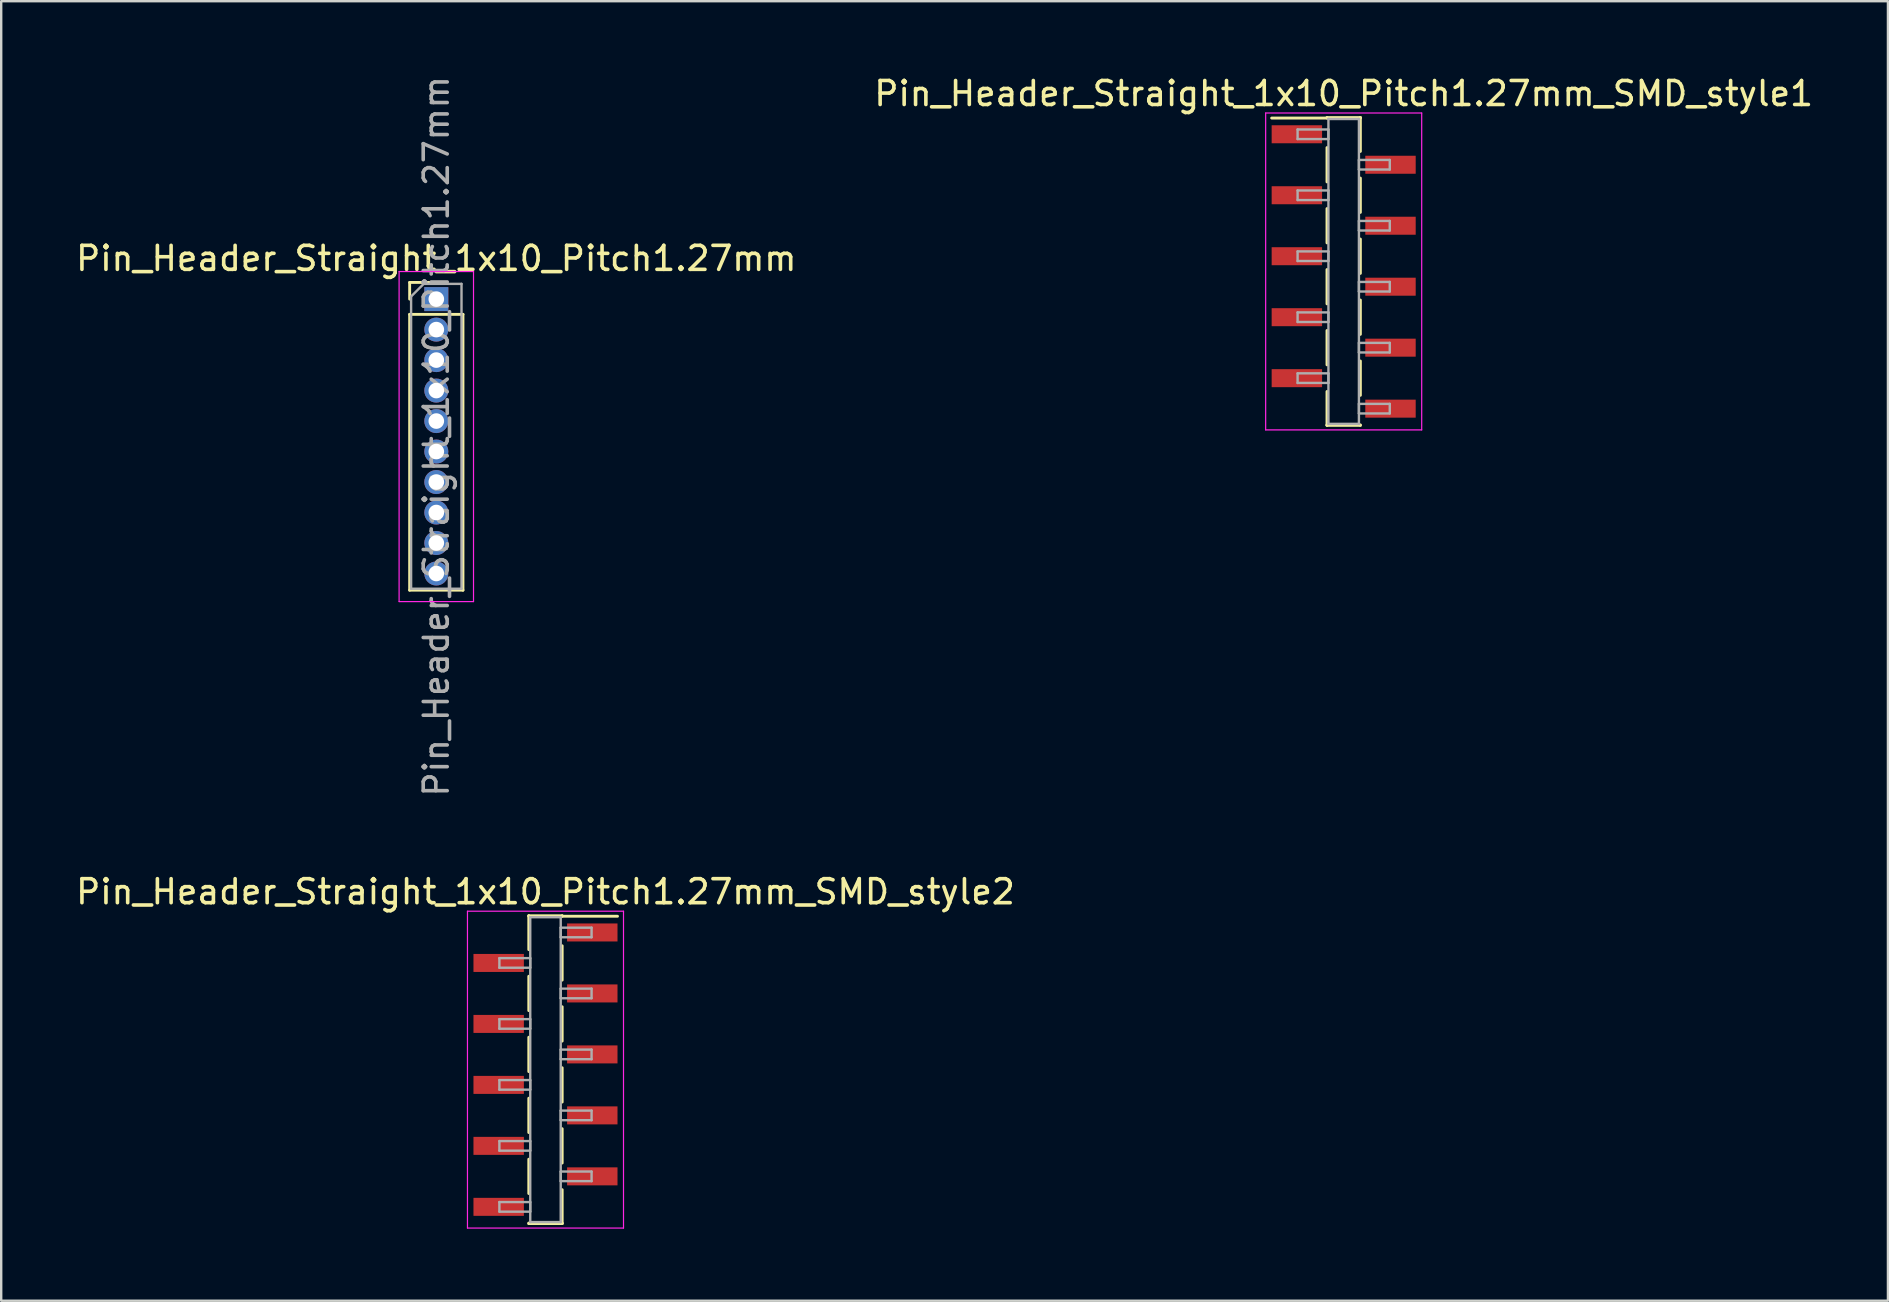
<source format=kicad_pcb>
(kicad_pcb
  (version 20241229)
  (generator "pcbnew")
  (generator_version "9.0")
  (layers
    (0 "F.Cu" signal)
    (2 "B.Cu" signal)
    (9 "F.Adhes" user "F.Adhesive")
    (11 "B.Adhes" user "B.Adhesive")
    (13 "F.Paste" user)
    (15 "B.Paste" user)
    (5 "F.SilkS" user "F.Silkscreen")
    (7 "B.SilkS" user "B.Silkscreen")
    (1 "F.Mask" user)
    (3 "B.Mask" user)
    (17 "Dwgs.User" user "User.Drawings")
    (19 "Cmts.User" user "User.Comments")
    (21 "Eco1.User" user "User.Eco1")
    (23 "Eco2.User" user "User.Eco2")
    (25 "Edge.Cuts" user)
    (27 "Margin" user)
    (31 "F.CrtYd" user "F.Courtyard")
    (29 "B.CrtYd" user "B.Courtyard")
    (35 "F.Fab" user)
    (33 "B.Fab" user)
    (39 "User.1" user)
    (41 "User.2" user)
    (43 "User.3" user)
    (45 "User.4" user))
  (footprint "Pin_Header_Straight_1x10_Pitch1.27mm"
    (layer "F.Cu")
    (at 15.125 9.41)
    (property "Reference" "Pin_Header_Straight_1x10_Pitch1.27mm" (at 0 -1.695 0) (layer "F.SilkS") (effects (font (size 1 1) (thickness 0.15))))
    (attr through_hole)
    (fp_line (start -1.11 -0.695) (end 0 -0.695) (stroke (width 0.12) (type solid)) (layer "F.SilkS"))
    (fp_line (start -1.11 0) (end -1.11 -0.695) (stroke (width 0.12) (type solid)) (layer "F.SilkS"))
    (fp_line (start -1.11 0.635) (end -1.11 12.125) (stroke (width 0.12) (type solid)) (layer "F.SilkS"))
    (fp_line (start -1.11 12.125) (end 1.11 12.125) (stroke (width 0.12) (type solid)) (layer "F.SilkS"))
    (fp_line (start 1.11 0.635) (end -1.11 0.635) (stroke (width 0.12) (type solid)) (layer "F.SilkS"))
    (fp_line (start 1.11 12.125) (end 1.11 0.635) (stroke (width 0.12) (type solid)) (layer "F.SilkS"))
    (fp_line (start -1.55 -1.15) (end -1.55 12.6) (stroke (width 0.05) (type solid)) (layer "F.CrtYd"))
    (fp_line (start -1.55 12.6) (end 1.55 12.6) (stroke (width 0.05) (type solid)) (layer "F.CrtYd"))
    (fp_line (start 1.55 -1.15) (end -1.55 -1.15) (stroke (width 0.05) (type solid)) (layer "F.CrtYd"))
    (fp_line (start 1.55 12.6) (end 1.55 -1.15) (stroke (width 0.05) (type solid)) (layer "F.CrtYd"))
    (fp_line (start -1.05 -0.11) (end -0.525 -0.635) (stroke (width 0.1) (type solid)) (layer "F.Fab"))
    (fp_line (start -1.05 12.065) (end -1.05 -0.11) (stroke (width 0.1) (type solid)) (layer "F.Fab"))
    (fp_line (start -0.525 -0.635) (end 1.05 -0.635) (stroke (width 0.1) (type solid)) (layer "F.Fab"))
    (fp_line (start 1.05 -0.635) (end 1.05 12.065) (stroke (width 0.1) (type solid)) (layer "F.Fab"))
    (fp_line (start 1.05 12.065) (end -1.05 12.065) (stroke (width 0.1) (type solid)) (layer "F.Fab"))
    (fp_text user "${REFERENCE}" (at 0 5.715 90) (layer "F.Fab") (effects (font (size 1 1) (thickness 0.15))))
    (pad "1" thru_hole rect (at 0 0) (size 1 1) (drill 0.65) (layers "*.Cu" "*.Mask"))
    (pad "2" thru_hole oval (at 0 1.27) (size 1 1) (drill 0.65) (layers "*.Cu" "*.Mask"))
    (pad "3" thru_hole oval (at 0 2.54) (size 1 1) (drill 0.65) (layers "*.Cu" "*.Mask"))
    (pad "4" thru_hole oval (at 0 3.81) (size 1 1) (drill 0.65) (layers "*.Cu" "*.Mask"))
    (pad "5" thru_hole oval (at 0 5.08) (size 1 1) (drill 0.65) (layers "*.Cu" "*.Mask"))
    (pad "6" thru_hole oval (at 0 6.35) (size 1 1) (drill 0.65) (layers "*.Cu" "*.Mask"))
    (pad "7" thru_hole oval (at 0 7.62) (size 1 1) (drill 0.65) (layers "*.Cu" "*.Mask"))
    (pad "8" thru_hole oval (at 0 8.89) (size 1 1) (drill 0.65) (layers "*.Cu" "*.Mask"))
    (pad "9" thru_hole oval (at 0 10.16) (size 1 1) (drill 0.65) (layers "*.Cu" "*.Mask"))
    (pad "10" thru_hole oval (at 0 11.43) (size 1 1) (drill 0.65) (layers "*.Cu" "*.Mask")))
  (footprint "Pin_Header_Straight_1x10_Pitch1.27mm_SMD_style2"
    (layer "F.Cu")
    (at 19.673 41.508)
    (property "Reference" "Pin_Header_Straight_1x10_Pitch1.27mm_SMD_style2" (at 0 -7.41 0) (layer "F.SilkS") (effects (font (size 1 1) (thickness 0.15))))
    (attr smd)
    (fp_line (start -0.695 -6.41) (end -0.695 -5) (stroke (width 0.12) (type solid)) (layer "F.SilkS"))
    (fp_line (start -0.695 -6.41) (end 0.695 -6.41) (stroke (width 0.12) (type solid)) (layer "F.SilkS"))
    (fp_line (start -0.695 -6.39) (end -0.695 -6.41) (stroke (width 0.12) (type solid)) (layer "F.SilkS"))
    (fp_line (start -0.695 -3.89) (end -0.695 -2.46) (stroke (width 0.12) (type solid)) (layer "F.SilkS"))
    (fp_line (start -0.695 -1.35) (end -0.695 0.08) (stroke (width 0.12) (type solid)) (layer "F.SilkS"))
    (fp_line (start -0.695 1.19) (end -0.695 2.62) (stroke (width 0.12) (type solid)) (layer "F.SilkS"))
    (fp_line (start -0.695 3.73) (end -0.695 5.16) (stroke (width 0.12) (type solid)) (layer "F.SilkS"))
    (fp_line (start -0.695 6.39) (end -0.695 6.41) (stroke (width 0.12) (type solid)) (layer "F.SilkS"))
    (fp_line (start -0.695 6.41) (end 0.695 6.41) (stroke (width 0.12) (type solid)) (layer "F.SilkS"))
    (fp_line (start 0.695 -6.41) (end 0.695 -6.39) (stroke (width 0.12) (type solid)) (layer "F.SilkS"))
    (fp_line (start 0.695 -6.39) (end 3 -6.39) (stroke (width 0.12) (type solid)) (layer "F.SilkS"))
    (fp_line (start 0.695 -5.16) (end 0.695 -3.73) (stroke (width 0.12) (type solid)) (layer "F.SilkS"))
    (fp_line (start 0.695 -2.62) (end 0.695 -1.19) (stroke (width 0.12) (type solid)) (layer "F.SilkS"))
    (fp_line (start 0.695 -0.08) (end 0.695 1.35) (stroke (width 0.12) (type solid)) (layer "F.SilkS"))
    (fp_line (start 0.695 2.46) (end 0.695 3.89) (stroke (width 0.12) (type solid)) (layer "F.SilkS"))
    (fp_line (start 0.695 5) (end 0.695 6.41) (stroke (width 0.12) (type solid)) (layer "F.SilkS"))
    (fp_line (start 0.695 6.41) (end 0.695 6.39) (stroke (width 0.12) (type solid)) (layer "F.SilkS"))
    (fp_line (start -3.25 -6.6) (end -3.25 6.6) (stroke (width 0.05) (type solid)) (layer "F.CrtYd"))
    (fp_line (start -3.25 6.6) (end 3.25 6.6) (stroke (width 0.05) (type solid)) (layer "F.CrtYd"))
    (fp_line (start 3.25 -6.6) (end -3.25 -6.6) (stroke (width 0.05) (type solid)) (layer "F.CrtYd"))
    (fp_line (start 3.25 6.6) (end 3.25 -6.6) (stroke (width 0.05) (type solid)) (layer "F.CrtYd"))
    (fp_line (start -1.92 -4.645) (end -0.635 -4.645) (stroke (width 0.1) (type solid)) (layer "F.Fab"))
    (fp_line (start -1.92 -4.245) (end -1.92 -4.645) (stroke (width 0.1) (type solid)) (layer "F.Fab"))
    (fp_line (start -1.92 -2.105) (end -0.635 -2.105) (stroke (width 0.1) (type solid)) (layer "F.Fab"))
    (fp_line (start -1.92 -1.705) (end -1.92 -2.105) (stroke (width 0.1) (type solid)) (layer "F.Fab"))
    (fp_line (start -1.92 0.435) (end -0.635 0.435) (stroke (width 0.1) (type solid)) (layer "F.Fab"))
    (fp_line (start -1.92 0.835) (end -1.92 0.435) (stroke (width 0.1) (type solid)) (layer "F.Fab"))
    (fp_line (start -1.92 2.975) (end -0.635 2.975) (stroke (width 0.1) (type solid)) (layer "F.Fab"))
    (fp_line (start -1.92 3.375) (end -1.92 2.975) (stroke (width 0.1) (type solid)) (layer "F.Fab"))
    (fp_line (start -1.92 5.515) (end -0.635 5.515) (stroke (width 0.1) (type solid)) (layer "F.Fab"))
    (fp_line (start -1.92 5.915) (end -1.92 5.515) (stroke (width 0.1) (type solid)) (layer "F.Fab"))
    (fp_line (start -0.635 -6.35) (end -0.635 6.35) (stroke (width 0.1) (type solid)) (layer "F.Fab"))
    (fp_line (start -0.635 -4.645) (end -0.635 -4.245) (stroke (width 0.1) (type solid)) (layer "F.Fab"))
    (fp_line (start -0.635 -4.245) (end -1.92 -4.245) (stroke (width 0.1) (type solid)) (layer "F.Fab"))
    (fp_line (start -0.635 -2.105) (end -0.635 -1.705) (stroke (width 0.1) (type solid)) (layer "F.Fab"))
    (fp_line (start -0.635 -1.705) (end -1.92 -1.705) (stroke (width 0.1) (type solid)) (layer "F.Fab"))
    (fp_line (start -0.635 0.435) (end -0.635 0.835) (stroke (width 0.1) (type solid)) (layer "F.Fab"))
    (fp_line (start -0.635 0.835) (end -1.92 0.835) (stroke (width 0.1) (type solid)) (layer "F.Fab"))
    (fp_line (start -0.635 2.975) (end -0.635 3.375) (stroke (width 0.1) (type solid)) (layer "F.Fab"))
    (fp_line (start -0.635 3.375) (end -1.92 3.375) (stroke (width 0.1) (type solid)) (layer "F.Fab"))
    (fp_line (start -0.635 5.515) (end -0.635 5.915) (stroke (width 0.1) (type solid)) (layer "F.Fab"))
    (fp_line (start -0.635 5.915) (end -1.92 5.915) (stroke (width 0.1) (type solid)) (layer "F.Fab"))
    (fp_line (start -0.635 6.35) (end 0.635 6.35) (stroke (width 0.1) (type solid)) (layer "F.Fab"))
    (fp_line (start 0.635 -6.35) (end -0.635 -6.35) (stroke (width 0.1) (type solid)) (layer "F.Fab"))
    (fp_line (start 0.635 -5.915) (end 0.635 -5.515) (stroke (width 0.1) (type solid)) (layer "F.Fab"))
    (fp_line (start 0.635 -5.515) (end 1.92 -5.515) (stroke (width 0.1) (type solid)) (layer "F.Fab"))
    (fp_line (start 0.635 -3.375) (end 0.635 -2.975) (stroke (width 0.1) (type solid)) (layer "F.Fab"))
    (fp_line (start 0.635 -2.975) (end 1.92 -2.975) (stroke (width 0.1) (type solid)) (layer "F.Fab"))
    (fp_line (start 0.635 -0.835) (end 0.635 -0.435) (stroke (width 0.1) (type solid)) (layer "F.Fab"))
    (fp_line (start 0.635 -0.435) (end 1.92 -0.435) (stroke (width 0.1) (type solid)) (layer "F.Fab"))
    (fp_line (start 0.635 1.705) (end 0.635 2.105) (stroke (width 0.1) (type solid)) (layer "F.Fab"))
    (fp_line (start 0.635 2.105) (end 1.92 2.105) (stroke (width 0.1) (type solid)) (layer "F.Fab"))
    (fp_line (start 0.635 4.245) (end 0.635 4.645) (stroke (width 0.1) (type solid)) (layer "F.Fab"))
    (fp_line (start 0.635 4.645) (end 1.92 4.645) (stroke (width 0.1) (type solid)) (layer "F.Fab"))
    (fp_line (start 0.635 6.35) (end 0.635 -6.35) (stroke (width 0.1) (type solid)) (layer "F.Fab"))
    (fp_line (start 1.92 -5.915) (end 0.635 -5.915) (stroke (width 0.1) (type solid)) (layer "F.Fab"))
    (fp_line (start 1.92 -5.515) (end 1.92 -5.915) (stroke (width 0.1) (type solid)) (layer "F.Fab"))
    (fp_line (start 1.92 -3.375) (end 0.635 -3.375) (stroke (width 0.1) (type solid)) (layer "F.Fab"))
    (fp_line (start 1.92 -2.975) (end 1.92 -3.375) (stroke (width 0.1) (type solid)) (layer "F.Fab"))
    (fp_line (start 1.92 -0.835) (end 0.635 -0.835) (stroke (width 0.1) (type solid)) (layer "F.Fab"))
    (fp_line (start 1.92 -0.435) (end 1.92 -0.835) (stroke (width 0.1) (type solid)) (layer "F.Fab"))
    (fp_line (start 1.92 1.705) (end 0.635 1.705) (stroke (width 0.1) (type solid)) (layer "F.Fab"))
    (fp_line (start 1.92 2.105) (end 1.92 1.705) (stroke (width 0.1) (type solid)) (layer "F.Fab"))
    (fp_line (start 1.92 4.245) (end 0.635 4.245) (stroke (width 0.1) (type solid)) (layer "F.Fab"))
    (fp_line (start 1.92 4.645) (end 1.92 4.245) (stroke (width 0.1) (type solid)) (layer "F.Fab"))
    (pad "1" smd rect (at 1.95 -5.715) (size 2.1 0.75) (layers "F.Cu" "F.Mask"))
    (pad "2" smd rect (at -1.95 -4.445) (size 2.1 0.75) (layers "F.Cu" "F.Mask"))
    (pad "3" smd rect (at 1.95 -3.175) (size 2.1 0.75) (layers "F.Cu" "F.Mask"))
    (pad "4" smd rect (at -1.95 -1.905) (size 2.1 0.75) (layers "F.Cu" "F.Mask"))
    (pad "5" smd rect (at 1.95 -0.635) (size 2.1 0.75) (layers "F.Cu" "F.Mask"))
    (pad "6" smd rect (at -1.95 0.635) (size 2.1 0.75) (layers "F.Cu" "F.Mask"))
    (pad "7" smd rect (at 1.95 1.905) (size 2.1 0.75) (layers "F.Cu" "F.Mask"))
    (pad "8" smd rect (at -1.95 3.175) (size 2.1 0.75) (layers "F.Cu" "F.Mask"))
    (pad "9" smd rect (at 1.95 4.445) (size 2.1 0.75) (layers "F.Cu" "F.Mask"))
    (pad "10" smd rect (at -1.95 5.715) (size 2.1 0.75) (layers "F.Cu" "F.Mask")))
  (footprint "Pin_Header_Straight_1x10_Pitch1.27mm_SMD_style1"
    (layer "F.Cu")
    (at 52.923 8.258)
    (property "Reference" "Pin_Header_Straight_1x10_Pitch1.27mm_SMD_style1" (at 0 -7.41 0) (layer "F.SilkS") (effects (font (size 1 1) (thickness 0.15))))
    (attr smd)
    (fp_line (start -0.695 -6.41) (end 0.695 -6.41) (stroke (width 0.12) (type solid)) (layer "F.SilkS"))
    (fp_line (start -0.695 -6.39) (end -3 -6.39) (stroke (width 0.12) (type solid)) (layer "F.SilkS"))
    (fp_line (start -0.695 -6.39) (end -0.695 -6.41) (stroke (width 0.12) (type solid)) (layer "F.SilkS"))
    (fp_line (start -0.695 -5.16) (end -0.695 -3.73) (stroke (width 0.12) (type solid)) (layer "F.SilkS"))
    (fp_line (start -0.695 -2.62) (end -0.695 -1.19) (stroke (width 0.12) (type solid)) (layer "F.SilkS"))
    (fp_line (start -0.695 -0.08) (end -0.695 1.35) (stroke (width 0.12) (type solid)) (layer "F.SilkS"))
    (fp_line (start -0.695 2.46) (end -0.695 3.89) (stroke (width 0.12) (type solid)) (layer "F.SilkS"))
    (fp_line (start -0.695 5) (end -0.695 6.41) (stroke (width 0.12) (type solid)) (layer "F.SilkS"))
    (fp_line (start -0.695 6.39) (end -0.695 6.41) (stroke (width 0.12) (type solid)) (layer "F.SilkS"))
    (fp_line (start -0.695 6.41) (end 0.695 6.41) (stroke (width 0.12) (type solid)) (layer "F.SilkS"))
    (fp_line (start 0.695 -6.41) (end 0.695 -6.39) (stroke (width 0.12) (type solid)) (layer "F.SilkS"))
    (fp_line (start 0.695 -6.41) (end 0.695 -5) (stroke (width 0.12) (type solid)) (layer "F.SilkS"))
    (fp_line (start 0.695 -3.89) (end 0.695 -2.46) (stroke (width 0.12) (type solid)) (layer "F.SilkS"))
    (fp_line (start 0.695 -1.35) (end 0.695 0.08) (stroke (width 0.12) (type solid)) (layer "F.SilkS"))
    (fp_line (start 0.695 1.19) (end 0.695 2.62) (stroke (width 0.12) (type solid)) (layer "F.SilkS"))
    (fp_line (start 0.695 3.73) (end 0.695 5.16) (stroke (width 0.12) (type solid)) (layer "F.SilkS"))
    (fp_line (start 0.695 6.41) (end 0.695 6.39) (stroke (width 0.12) (type solid)) (layer "F.SilkS"))
    (fp_line (start -3.25 -6.6) (end -3.25 6.6) (stroke (width 0.05) (type solid)) (layer "F.CrtYd"))
    (fp_line (start -3.25 6.6) (end 3.25 6.6) (stroke (width 0.05) (type solid)) (layer "F.CrtYd"))
    (fp_line (start 3.25 -6.6) (end -3.25 -6.6) (stroke (width 0.05) (type solid)) (layer "F.CrtYd"))
    (fp_line (start 3.25 6.6) (end 3.25 -6.6) (stroke (width 0.05) (type solid)) (layer "F.CrtYd"))
    (fp_line (start -1.92 -5.915) (end -0.635 -5.915) (stroke (width 0.1) (type solid)) (layer "F.Fab"))
    (fp_line (start -1.92 -5.515) (end -1.92 -5.915) (stroke (width 0.1) (type solid)) (layer "F.Fab"))
    (fp_line (start -1.92 -3.375) (end -0.635 -3.375) (stroke (width 0.1) (type solid)) (layer "F.Fab"))
    (fp_line (start -1.92 -2.975) (end -1.92 -3.375) (stroke (width 0.1) (type solid)) (layer "F.Fab"))
    (fp_line (start -1.92 -0.835) (end -0.635 -0.835) (stroke (width 0.1) (type solid)) (layer "F.Fab"))
    (fp_line (start -1.92 -0.435) (end -1.92 -0.835) (stroke (width 0.1) (type solid)) (layer "F.Fab"))
    (fp_line (start -1.92 1.705) (end -0.635 1.705) (stroke (width 0.1) (type solid)) (layer "F.Fab"))
    (fp_line (start -1.92 2.105) (end -1.92 1.705) (stroke (width 0.1) (type solid)) (layer "F.Fab"))
    (fp_line (start -1.92 4.245) (end -0.635 4.245) (stroke (width 0.1) (type solid)) (layer "F.Fab"))
    (fp_line (start -1.92 4.645) (end -1.92 4.245) (stroke (width 0.1) (type solid)) (layer "F.Fab"))
    (fp_line (start -0.635 -6.35) (end -0.635 6.35) (stroke (width 0.1) (type solid)) (layer "F.Fab"))
    (fp_line (start -0.635 -5.915) (end -0.635 -5.515) (stroke (width 0.1) (type solid)) (layer "F.Fab"))
    (fp_line (start -0.635 -5.515) (end -1.92 -5.515) (stroke (width 0.1) (type solid)) (layer "F.Fab"))
    (fp_line (start -0.635 -3.375) (end -0.635 -2.975) (stroke (width 0.1) (type solid)) (layer "F.Fab"))
    (fp_line (start -0.635 -2.975) (end -1.92 -2.975) (stroke (width 0.1) (type solid)) (layer "F.Fab"))
    (fp_line (start -0.635 -0.835) (end -0.635 -0.435) (stroke (width 0.1) (type solid)) (layer "F.Fab"))
    (fp_line (start -0.635 -0.435) (end -1.92 -0.435) (stroke (width 0.1) (type solid)) (layer "F.Fab"))
    (fp_line (start -0.635 1.705) (end -0.635 2.105) (stroke (width 0.1) (type solid)) (layer "F.Fab"))
    (fp_line (start -0.635 2.105) (end -1.92 2.105) (stroke (width 0.1) (type solid)) (layer "F.Fab"))
    (fp_line (start -0.635 4.245) (end -0.635 4.645) (stroke (width 0.1) (type solid)) (layer "F.Fab"))
    (fp_line (start -0.635 4.645) (end -1.92 4.645) (stroke (width 0.1) (type solid)) (layer "F.Fab"))
    (fp_line (start -0.635 6.35) (end 0.635 6.35) (stroke (width 0.1) (type solid)) (layer "F.Fab"))
    (fp_line (start 0.635 -6.35) (end -0.635 -6.35) (stroke (width 0.1) (type solid)) (layer "F.Fab"))
    (fp_line (start 0.635 -4.645) (end 0.635 -4.245) (stroke (width 0.1) (type solid)) (layer "F.Fab"))
    (fp_line (start 0.635 -4.245) (end 1.92 -4.245) (stroke (width 0.1) (type solid)) (layer "F.Fab"))
    (fp_line (start 0.635 -2.105) (end 0.635 -1.705) (stroke (width 0.1) (type solid)) (layer "F.Fab"))
    (fp_line (start 0.635 -1.705) (end 1.92 -1.705) (stroke (width 0.1) (type solid)) (layer "F.Fab"))
    (fp_line (start 0.635 0.435) (end 0.635 0.835) (stroke (width 0.1) (type solid)) (layer "F.Fab"))
    (fp_line (start 0.635 0.835) (end 1.92 0.835) (stroke (width 0.1) (type solid)) (layer "F.Fab"))
    (fp_line (start 0.635 2.975) (end 0.635 3.375) (stroke (width 0.1) (type solid)) (layer "F.Fab"))
    (fp_line (start 0.635 3.375) (end 1.92 3.375) (stroke (width 0.1) (type solid)) (layer "F.Fab"))
    (fp_line (start 0.635 5.515) (end 0.635 5.915) (stroke (width 0.1) (type solid)) (layer "F.Fab"))
    (fp_line (start 0.635 5.915) (end 1.92 5.915) (stroke (width 0.1) (type solid)) (layer "F.Fab"))
    (fp_line (start 0.635 6.35) (end 0.635 -6.35) (stroke (width 0.1) (type solid)) (layer "F.Fab"))
    (fp_line (start 1.92 -4.645) (end 0.635 -4.645) (stroke (width 0.1) (type solid)) (layer "F.Fab"))
    (fp_line (start 1.92 -4.245) (end 1.92 -4.645) (stroke (width 0.1) (type solid)) (layer "F.Fab"))
    (fp_line (start 1.92 -2.105) (end 0.635 -2.105) (stroke (width 0.1) (type solid)) (layer "F.Fab"))
    (fp_line (start 1.92 -1.705) (end 1.92 -2.105) (stroke (width 0.1) (type solid)) (layer "F.Fab"))
    (fp_line (start 1.92 0.435) (end 0.635 0.435) (stroke (width 0.1) (type solid)) (layer "F.Fab"))
    (fp_line (start 1.92 0.835) (end 1.92 0.435) (stroke (width 0.1) (type solid)) (layer "F.Fab"))
    (fp_line (start 1.92 2.975) (end 0.635 2.975) (stroke (width 0.1) (type solid)) (layer "F.Fab"))
    (fp_line (start 1.92 3.375) (end 1.92 2.975) (stroke (width 0.1) (type solid)) (layer "F.Fab"))
    (fp_line (start 1.92 5.515) (end 0.635 5.515) (stroke (width 0.1) (type solid)) (layer "F.Fab"))
    (fp_line (start 1.92 5.915) (end 1.92 5.515) (stroke (width 0.1) (type solid)) (layer "F.Fab"))
    (pad "1" smd rect (at -1.95 -5.715) (size 2.1 0.75) (layers "F.Cu" "F.Mask"))
    (pad "2" smd rect (at 1.95 -4.445) (size 2.1 0.75) (layers "F.Cu" "F.Mask"))
    (pad "3" smd rect (at -1.95 -3.175) (size 2.1 0.75) (layers "F.Cu" "F.Mask"))
    (pad "4" smd rect (at 1.95 -1.905) (size 2.1 0.75) (layers "F.Cu" "F.Mask"))
    (pad "5" smd rect (at -1.95 -0.635) (size 2.1 0.75) (layers "F.Cu" "F.Mask"))
    (pad "6" smd rect (at 1.95 0.635) (size 2.1 0.75) (layers "F.Cu" "F.Mask"))
    (pad "7" smd rect (at -1.95 1.905) (size 2.1 0.75) (layers "F.Cu" "F.Mask"))
    (pad "8" smd rect (at 1.95 3.175) (size 2.1 0.75) (layers "F.Cu" "F.Mask"))
    (pad "9" smd rect (at -1.95 4.445) (size 2.1 0.75) (layers "F.Cu" "F.Mask"))
    (pad "10" smd rect (at 1.95 5.715) (size 2.1 0.75) (layers "F.Cu" "F.Mask")))
  (gr_rect
    (start -3 -3)
    (end 75.595 51.133)
    (stroke (width 0.1) (type default))
    (fill no)
    (layer "Edge.Cuts")))
</source>
